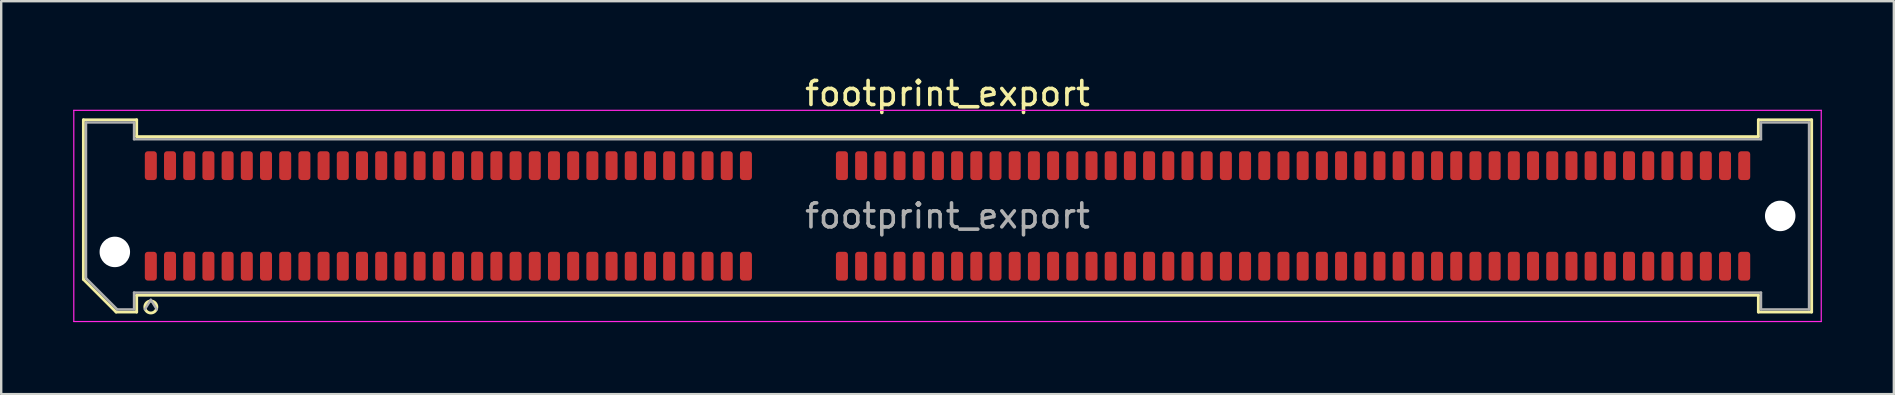
<source format=kicad_pcb>
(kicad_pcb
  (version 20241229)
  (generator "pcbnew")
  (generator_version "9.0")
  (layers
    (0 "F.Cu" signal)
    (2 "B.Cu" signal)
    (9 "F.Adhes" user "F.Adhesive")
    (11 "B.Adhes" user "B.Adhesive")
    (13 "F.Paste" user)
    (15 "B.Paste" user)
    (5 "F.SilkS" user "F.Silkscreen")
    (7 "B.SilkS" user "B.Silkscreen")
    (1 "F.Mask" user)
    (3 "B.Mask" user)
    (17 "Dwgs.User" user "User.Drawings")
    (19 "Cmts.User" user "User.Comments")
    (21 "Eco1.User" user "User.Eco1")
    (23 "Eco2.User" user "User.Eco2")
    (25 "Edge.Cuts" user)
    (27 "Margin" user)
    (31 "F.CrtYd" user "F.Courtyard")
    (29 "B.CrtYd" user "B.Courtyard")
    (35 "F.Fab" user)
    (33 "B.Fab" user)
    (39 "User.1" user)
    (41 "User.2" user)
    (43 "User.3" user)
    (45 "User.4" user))
  (footprint "footprint_export"
    (layer "F.Cu")
    (at 36.435 5.948)
    (property "Reference" "footprint_export" (at 0 -5.1 0) (layer "F.SilkS") (effects (font (size 1 1) (thickness 0.15))))
    (attr smd)
    (fp_line (start -36.01 -4.005) (end -33.79 -4.005) (stroke (width 0.12) (type solid)) (layer "F.SilkS"))
    (fp_line (start -36.01 2.641) (end -36.01 -4.005) (stroke (width 0.12) (type solid)) (layer "F.SilkS"))
    (fp_line (start -34.646 4.005) (end -36.01 2.641) (stroke (width 0.12) (type solid)) (layer "F.SilkS"))
    (fp_line (start -33.79 -4.005) (end -33.79 -3.305) (stroke (width 0.12) (type solid)) (layer "F.SilkS"))
    (fp_line (start -33.79 -3.305) (end 33.79 -3.305) (stroke (width 0.12) (type solid)) (layer "F.SilkS"))
    (fp_line (start -33.79 3.305) (end -33.79 4.005) (stroke (width 0.12) (type solid)) (layer "F.SilkS"))
    (fp_line (start -33.79 4.005) (end -34.646 4.005) (stroke (width 0.12) (type solid)) (layer "F.SilkS"))
    (fp_line (start 33.79 -4.005) (end 36.01 -4.005) (stroke (width 0.12) (type solid)) (layer "F.SilkS"))
    (fp_line (start 33.79 -3.305) (end 33.79 -4.005) (stroke (width 0.12) (type solid)) (layer "F.SilkS"))
    (fp_line (start 33.79 3.305) (end -33.79 3.305) (stroke (width 0.12) (type solid)) (layer "F.SilkS"))
    (fp_line (start 33.79 4.005) (end 33.79 3.305) (stroke (width 0.12) (type solid)) (layer "F.SilkS"))
    (fp_line (start 36.01 -4.005) (end 36.01 4.005) (stroke (width 0.12) (type solid)) (layer "F.SilkS"))
    (fp_line (start 36.01 4.005) (end 33.79 4.005) (stroke (width 0.12) (type solid)) (layer "F.SilkS"))
    (fp_arc (start -32.95 3.795) (mid -33.45 3.795) (end -32.95 3.795) (stroke (width 0.12) (type solid)) (layer "F.SilkS"))
    (fp_line (start -36.41 -4.4) (end -36.41 4.4) (stroke (width 0.05) (type solid)) (layer "F.CrtYd"))
    (fp_line (start -36.41 4.4) (end 36.41 4.4) (stroke (width 0.05) (type solid)) (layer "F.CrtYd"))
    (fp_line (start 36.41 -4.4) (end -36.41 -4.4) (stroke (width 0.05) (type solid)) (layer "F.CrtYd"))
    (fp_line (start 36.41 4.4) (end 36.41 -4.4) (stroke (width 0.05) (type solid)) (layer "F.CrtYd"))
    (fp_line (start -35.9 -3.895) (end -33.9 -3.895) (stroke (width 0.1) (type solid)) (layer "F.Fab"))
    (fp_line (start -35.9 2.595) (end -35.9 -3.895) (stroke (width 0.1) (type solid)) (layer "F.Fab"))
    (fp_line (start -34.6 3.895) (end -35.9 2.595) (stroke (width 0.1) (type solid)) (layer "F.Fab"))
    (fp_line (start -33.9 -3.895) (end -33.9 -3.195) (stroke (width 0.1) (type solid)) (layer "F.Fab"))
    (fp_line (start -33.9 -3.195) (end 33.9 -3.195) (stroke (width 0.1) (type solid)) (layer "F.Fab"))
    (fp_line (start -33.9 3.195) (end -33.9 3.895) (stroke (width 0.1) (type solid)) (layer "F.Fab"))
    (fp_line (start -33.9 3.895) (end -34.6 3.895) (stroke (width 0.1) (type solid)) (layer "F.Fab"))
    (fp_line (start -33.2 3.495) (end -33.45 3.895) (stroke (width 0.1) (type solid)) (layer "F.Fab"))
    (fp_line (start -33.2 3.495) (end -32.95 3.895) (stroke (width 0.1) (type solid)) (layer "F.Fab"))
    (fp_line (start 33.9 -3.895) (end 35.9 -3.895) (stroke (width 0.1) (type solid)) (layer "F.Fab"))
    (fp_line (start 33.9 -3.195) (end 33.9 -3.895) (stroke (width 0.1) (type solid)) (layer "F.Fab"))
    (fp_line (start 33.9 3.195) (end -33.9 3.195) (stroke (width 0.1) (type solid)) (layer "F.Fab"))
    (fp_line (start 33.9 3.895) (end 33.9 3.195) (stroke (width 0.1) (type solid)) (layer "F.Fab"))
    (fp_line (start 35.9 -3.895) (end 35.9 3.895) (stroke (width 0.1) (type solid)) (layer "F.Fab"))
    (fp_line (start 35.9 3.895) (end 33.9 3.895) (stroke (width 0.1) (type solid)) (layer "F.Fab"))
    (fp_text user "${REFERENCE}" (at 0 0 0) (layer "F.Fab") (effects (font (size 1 1) (thickness 0.15))))
    (pad "" np_thru_hole circle (at -34.7 1.5) (size 1.27 1.27) (drill 1.27) (layers "*.Cu" "*.Mask"))
    (pad "" np_thru_hole circle (at 34.7 0) (size 1.27 1.27) (drill 1.27) (layers "*.Cu" "*.Mask"))
    (pad "1" smd roundrect (at -33.2 2.095) (size 0.5 1.2) (layers "F.Cu" "F.Mask" "F.Paste") (roundrect_rratio 0.25))
    (pad "2" smd roundrect (at -33.2 -2.095) (size 0.5 1.2) (layers "F.Cu" "F.Mask" "F.Paste") (roundrect_rratio 0.25))
    (pad "3" smd roundrect (at -32.4 2.095) (size 0.5 1.2) (layers "F.Cu" "F.Mask" "F.Paste") (roundrect_rratio 0.25))
    (pad "4" smd roundrect (at -32.4 -2.095) (size 0.5 1.2) (layers "F.Cu" "F.Mask" "F.Paste") (roundrect_rratio 0.25))
    (pad "5" smd roundrect (at -31.6 2.095) (size 0.5 1.2) (layers "F.Cu" "F.Mask" "F.Paste") (roundrect_rratio 0.25))
    (pad "6" smd roundrect (at -31.6 -2.095) (size 0.5 1.2) (layers "F.Cu" "F.Mask" "F.Paste") (roundrect_rratio 0.25))
    (pad "7" smd roundrect (at -30.8 2.095) (size 0.5 1.2) (layers "F.Cu" "F.Mask" "F.Paste") (roundrect_rratio 0.25))
    (pad "8" smd roundrect (at -30.8 -2.095) (size 0.5 1.2) (layers "F.Cu" "F.Mask" "F.Paste") (roundrect_rratio 0.25))
    (pad "9" smd roundrect (at -30 2.095) (size 0.5 1.2) (layers "F.Cu" "F.Mask" "F.Paste") (roundrect_rratio 0.25))
    (pad "10" smd roundrect (at -30 -2.095) (size 0.5 1.2) (layers "F.Cu" "F.Mask" "F.Paste") (roundrect_rratio 0.25))
    (pad "11" smd roundrect (at -29.2 2.095) (size 0.5 1.2) (layers "F.Cu" "F.Mask" "F.Paste") (roundrect_rratio 0.25))
    (pad "12" smd roundrect (at -29.2 -2.095) (size 0.5 1.2) (layers "F.Cu" "F.Mask" "F.Paste") (roundrect_rratio 0.25))
    (pad "13" smd roundrect (at -28.4 2.095) (size 0.5 1.2) (layers "F.Cu" "F.Mask" "F.Paste") (roundrect_rratio 0.25))
    (pad "14" smd roundrect (at -28.4 -2.095) (size 0.5 1.2) (layers "F.Cu" "F.Mask" "F.Paste") (roundrect_rratio 0.25))
    (pad "15" smd roundrect (at -27.6 2.095) (size 0.5 1.2) (layers "F.Cu" "F.Mask" "F.Paste") (roundrect_rratio 0.25))
    (pad "16" smd roundrect (at -27.6 -2.095) (size 0.5 1.2) (layers "F.Cu" "F.Mask" "F.Paste") (roundrect_rratio 0.25))
    (pad "17" smd roundrect (at -26.8 2.095) (size 0.5 1.2) (layers "F.Cu" "F.Mask" "F.Paste") (roundrect_rratio 0.25))
    (pad "18" smd roundrect (at -26.8 -2.095) (size 0.5 1.2) (layers "F.Cu" "F.Mask" "F.Paste") (roundrect_rratio 0.25))
    (pad "19" smd roundrect (at -26 2.095) (size 0.5 1.2) (layers "F.Cu" "F.Mask" "F.Paste") (roundrect_rratio 0.25))
    (pad "20" smd roundrect (at -26 -2.095) (size 0.5 1.2) (layers "F.Cu" "F.Mask" "F.Paste") (roundrect_rratio 0.25))
    (pad "21" smd roundrect (at -25.2 2.095) (size 0.5 1.2) (layers "F.Cu" "F.Mask" "F.Paste") (roundrect_rratio 0.25))
    (pad "22" smd roundrect (at -25.2 -2.095) (size 0.5 1.2) (layers "F.Cu" "F.Mask" "F.Paste") (roundrect_rratio 0.25))
    (pad "23" smd roundrect (at -24.4 2.095) (size 0.5 1.2) (layers "F.Cu" "F.Mask" "F.Paste") (roundrect_rratio 0.25))
    (pad "24" smd roundrect (at -24.4 -2.095) (size 0.5 1.2) (layers "F.Cu" "F.Mask" "F.Paste") (roundrect_rratio 0.25))
    (pad "25" smd roundrect (at -23.6 2.095) (size 0.5 1.2) (layers "F.Cu" "F.Mask" "F.Paste") (roundrect_rratio 0.25))
    (pad "26" smd roundrect (at -23.6 -2.095) (size 0.5 1.2) (layers "F.Cu" "F.Mask" "F.Paste") (roundrect_rratio 0.25))
    (pad "27" smd roundrect (at -22.8 2.095) (size 0.5 1.2) (layers "F.Cu" "F.Mask" "F.Paste") (roundrect_rratio 0.25))
    (pad "28" smd roundrect (at -22.8 -2.095) (size 0.5 1.2) (layers "F.Cu" "F.Mask" "F.Paste") (roundrect_rratio 0.25))
    (pad "29" smd roundrect (at -22 2.095) (size 0.5 1.2) (layers "F.Cu" "F.Mask" "F.Paste") (roundrect_rratio 0.25))
    (pad "30" smd roundrect (at -22 -2.095) (size 0.5 1.2) (layers "F.Cu" "F.Mask" "F.Paste") (roundrect_rratio 0.25))
    (pad "31" smd roundrect (at -21.2 2.095) (size 0.5 1.2) (layers "F.Cu" "F.Mask" "F.Paste") (roundrect_rratio 0.25))
    (pad "32" smd roundrect (at -21.2 -2.095) (size 0.5 1.2) (layers "F.Cu" "F.Mask" "F.Paste") (roundrect_rratio 0.25))
    (pad "33" smd roundrect (at -20.4 2.095) (size 0.5 1.2) (layers "F.Cu" "F.Mask" "F.Paste") (roundrect_rratio 0.25))
    (pad "34" smd roundrect (at -20.4 -2.095) (size 0.5 1.2) (layers "F.Cu" "F.Mask" "F.Paste") (roundrect_rratio 0.25))
    (pad "35" smd roundrect (at -19.6 2.095) (size 0.5 1.2) (layers "F.Cu" "F.Mask" "F.Paste") (roundrect_rratio 0.25))
    (pad "36" smd roundrect (at -19.6 -2.095) (size 0.5 1.2) (layers "F.Cu" "F.Mask" "F.Paste") (roundrect_rratio 0.25))
    (pad "37" smd roundrect (at -18.8 2.095) (size 0.5 1.2) (layers "F.Cu" "F.Mask" "F.Paste") (roundrect_rratio 0.25))
    (pad "38" smd roundrect (at -18.8 -2.095) (size 0.5 1.2) (layers "F.Cu" "F.Mask" "F.Paste") (roundrect_rratio 0.25))
    (pad "39" smd roundrect (at -18 2.095) (size 0.5 1.2) (layers "F.Cu" "F.Mask" "F.Paste") (roundrect_rratio 0.25))
    (pad "40" smd roundrect (at -18 -2.095) (size 0.5 1.2) (layers "F.Cu" "F.Mask" "F.Paste") (roundrect_rratio 0.25))
    (pad "41" smd roundrect (at -17.2 2.095) (size 0.5 1.2) (layers "F.Cu" "F.Mask" "F.Paste") (roundrect_rratio 0.25))
    (pad "42" smd roundrect (at -17.2 -2.095) (size 0.5 1.2) (layers "F.Cu" "F.Mask" "F.Paste") (roundrect_rratio 0.25))
    (pad "43" smd roundrect (at -16.4 2.095) (size 0.5 1.2) (layers "F.Cu" "F.Mask" "F.Paste") (roundrect_rratio 0.25))
    (pad "44" smd roundrect (at -16.4 -2.095) (size 0.5 1.2) (layers "F.Cu" "F.Mask" "F.Paste") (roundrect_rratio 0.25))
    (pad "45" smd roundrect (at -15.6 2.095) (size 0.5 1.2) (layers "F.Cu" "F.Mask" "F.Paste") (roundrect_rratio 0.25))
    (pad "46" smd roundrect (at -15.6 -2.095) (size 0.5 1.2) (layers "F.Cu" "F.Mask" "F.Paste") (roundrect_rratio 0.25))
    (pad "47" smd roundrect (at -14.8 2.095) (size 0.5 1.2) (layers "F.Cu" "F.Mask" "F.Paste") (roundrect_rratio 0.25))
    (pad "48" smd roundrect (at -14.8 -2.095) (size 0.5 1.2) (layers "F.Cu" "F.Mask" "F.Paste") (roundrect_rratio 0.25))
    (pad "49" smd roundrect (at -14 2.095) (size 0.5 1.2) (layers "F.Cu" "F.Mask" "F.Paste") (roundrect_rratio 0.25))
    (pad "50" smd roundrect (at -14 -2.095) (size 0.5 1.2) (layers "F.Cu" "F.Mask" "F.Paste") (roundrect_rratio 0.25))
    (pad "51" smd roundrect (at -13.2 2.095) (size 0.5 1.2) (layers "F.Cu" "F.Mask" "F.Paste") (roundrect_rratio 0.25))
    (pad "52" smd roundrect (at -13.2 -2.095) (size 0.5 1.2) (layers "F.Cu" "F.Mask" "F.Paste") (roundrect_rratio 0.25))
    (pad "53" smd roundrect (at -12.4 2.095) (size 0.5 1.2) (layers "F.Cu" "F.Mask" "F.Paste") (roundrect_rratio 0.25))
    (pad "54" smd roundrect (at -12.4 -2.095) (size 0.5 1.2) (layers "F.Cu" "F.Mask" "F.Paste") (roundrect_rratio 0.25))
    (pad "55" smd roundrect (at -11.6 2.095) (size 0.5 1.2) (layers "F.Cu" "F.Mask" "F.Paste") (roundrect_rratio 0.25))
    (pad "56" smd roundrect (at -11.6 -2.095) (size 0.5 1.2) (layers "F.Cu" "F.Mask" "F.Paste") (roundrect_rratio 0.25))
    (pad "57" smd roundrect (at -10.8 2.095) (size 0.5 1.2) (layers "F.Cu" "F.Mask" "F.Paste") (roundrect_rratio 0.25))
    (pad "58" smd roundrect (at -10.8 -2.095) (size 0.5 1.2) (layers "F.Cu" "F.Mask" "F.Paste") (roundrect_rratio 0.25))
    (pad "59" smd roundrect (at -10 2.095) (size 0.5 1.2) (layers "F.Cu" "F.Mask" "F.Paste") (roundrect_rratio 0.25))
    (pad "60" smd roundrect (at -10 -2.095) (size 0.5 1.2) (layers "F.Cu" "F.Mask" "F.Paste") (roundrect_rratio 0.25))
    (pad "61" smd roundrect (at -9.2 2.095) (size 0.5 1.2) (layers "F.Cu" "F.Mask" "F.Paste") (roundrect_rratio 0.25))
    (pad "62" smd roundrect (at -9.2 -2.095) (size 0.5 1.2) (layers "F.Cu" "F.Mask" "F.Paste") (roundrect_rratio 0.25))
    (pad "63" smd roundrect (at -8.4 2.095) (size 0.5 1.2) (layers "F.Cu" "F.Mask" "F.Paste") (roundrect_rratio 0.25))
    (pad "64" smd roundrect (at -8.4 -2.095) (size 0.5 1.2) (layers "F.Cu" "F.Mask" "F.Paste") (roundrect_rratio 0.25))
    (pad "65" smd roundrect (at -4.4 2.095) (size 0.5 1.2) (layers "F.Cu" "F.Mask" "F.Paste") (roundrect_rratio 0.25))
    (pad "66" smd roundrect (at -4.4 -2.095) (size 0.5 1.2) (layers "F.Cu" "F.Mask" "F.Paste") (roundrect_rratio 0.25))
    (pad "67" smd roundrect (at -3.6 2.095) (size 0.5 1.2) (layers "F.Cu" "F.Mask" "F.Paste") (roundrect_rratio 0.25))
    (pad "68" smd roundrect (at -3.6 -2.095) (size 0.5 1.2) (layers "F.Cu" "F.Mask" "F.Paste") (roundrect_rratio 0.25))
    (pad "69" smd roundrect (at -2.8 2.095) (size 0.5 1.2) (layers "F.Cu" "F.Mask" "F.Paste") (roundrect_rratio 0.25))
    (pad "70" smd roundrect (at -2.8 -2.095) (size 0.5 1.2) (layers "F.Cu" "F.Mask" "F.Paste") (roundrect_rratio 0.25))
    (pad "71" smd roundrect (at -2 2.095) (size 0.5 1.2) (layers "F.Cu" "F.Mask" "F.Paste") (roundrect_rratio 0.25))
    (pad "72" smd roundrect (at -2 -2.095) (size 0.5 1.2) (layers "F.Cu" "F.Mask" "F.Paste") (roundrect_rratio 0.25))
    (pad "73" smd roundrect (at -1.2 2.095) (size 0.5 1.2) (layers "F.Cu" "F.Mask" "F.Paste") (roundrect_rratio 0.25))
    (pad "74" smd roundrect (at -1.2 -2.095) (size 0.5 1.2) (layers "F.Cu" "F.Mask" "F.Paste") (roundrect_rratio 0.25))
    (pad "75" smd roundrect (at -0.4 2.095) (size 0.5 1.2) (layers "F.Cu" "F.Mask" "F.Paste") (roundrect_rratio 0.25))
    (pad "76" smd roundrect (at -0.4 -2.095) (size 0.5 1.2) (layers "F.Cu" "F.Mask" "F.Paste") (roundrect_rratio 0.25))
    (pad "77" smd roundrect (at 0.4 2.095) (size 0.5 1.2) (layers "F.Cu" "F.Mask" "F.Paste") (roundrect_rratio 0.25))
    (pad "78" smd roundrect (at 0.4 -2.095) (size 0.5 1.2) (layers "F.Cu" "F.Mask" "F.Paste") (roundrect_rratio 0.25))
    (pad "79" smd roundrect (at 1.2 2.095) (size 0.5 1.2) (layers "F.Cu" "F.Mask" "F.Paste") (roundrect_rratio 0.25))
    (pad "80" smd roundrect (at 1.2 -2.095) (size 0.5 1.2) (layers "F.Cu" "F.Mask" "F.Paste") (roundrect_rratio 0.25))
    (pad "81" smd roundrect (at 2 2.095) (size 0.5 1.2) (layers "F.Cu" "F.Mask" "F.Paste") (roundrect_rratio 0.25))
    (pad "82" smd roundrect (at 2 -2.095) (size 0.5 1.2) (layers "F.Cu" "F.Mask" "F.Paste") (roundrect_rratio 0.25))
    (pad "83" smd roundrect (at 2.8 2.095) (size 0.5 1.2) (layers "F.Cu" "F.Mask" "F.Paste") (roundrect_rratio 0.25))
    (pad "84" smd roundrect (at 2.8 -2.095) (size 0.5 1.2) (layers "F.Cu" "F.Mask" "F.Paste") (roundrect_rratio 0.25))
    (pad "85" smd roundrect (at 3.6 2.095) (size 0.5 1.2) (layers "F.Cu" "F.Mask" "F.Paste") (roundrect_rratio 0.25))
    (pad "86" smd roundrect (at 3.6 -2.095) (size 0.5 1.2) (layers "F.Cu" "F.Mask" "F.Paste") (roundrect_rratio 0.25))
    (pad "87" smd roundrect (at 4.4 2.095) (size 0.5 1.2) (layers "F.Cu" "F.Mask" "F.Paste") (roundrect_rratio 0.25))
    (pad "88" smd roundrect (at 4.4 -2.095) (size 0.5 1.2) (layers "F.Cu" "F.Mask" "F.Paste") (roundrect_rratio 0.25))
    (pad "89" smd roundrect (at 5.2 2.095) (size 0.5 1.2) (layers "F.Cu" "F.Mask" "F.Paste") (roundrect_rratio 0.25))
    (pad "90" smd roundrect (at 5.2 -2.095) (size 0.5 1.2) (layers "F.Cu" "F.Mask" "F.Paste") (roundrect_rratio 0.25))
    (pad "91" smd roundrect (at 6 2.095) (size 0.5 1.2) (layers "F.Cu" "F.Mask" "F.Paste") (roundrect_rratio 0.25))
    (pad "92" smd roundrect (at 6 -2.095) (size 0.5 1.2) (layers "F.Cu" "F.Mask" "F.Paste") (roundrect_rratio 0.25))
    (pad "93" smd roundrect (at 6.8 2.095) (size 0.5 1.2) (layers "F.Cu" "F.Mask" "F.Paste") (roundrect_rratio 0.25))
    (pad "94" smd roundrect (at 6.8 -2.095) (size 0.5 1.2) (layers "F.Cu" "F.Mask" "F.Paste") (roundrect_rratio 0.25))
    (pad "95" smd roundrect (at 7.6 2.095) (size 0.5 1.2) (layers "F.Cu" "F.Mask" "F.Paste") (roundrect_rratio 0.25))
    (pad "96" smd roundrect (at 7.6 -2.095) (size 0.5 1.2) (layers "F.Cu" "F.Mask" "F.Paste") (roundrect_rratio 0.25))
    (pad "97" smd roundrect (at 8.4 2.095) (size 0.5 1.2) (layers "F.Cu" "F.Mask" "F.Paste") (roundrect_rratio 0.25))
    (pad "98" smd roundrect (at 8.4 -2.095) (size 0.5 1.2) (layers "F.Cu" "F.Mask" "F.Paste") (roundrect_rratio 0.25))
    (pad "99" smd roundrect (at 9.2 2.095) (size 0.5 1.2) (layers "F.Cu" "F.Mask" "F.Paste") (roundrect_rratio 0.25))
    (pad "100" smd roundrect (at 9.2 -2.095) (size 0.5 1.2) (layers "F.Cu" "F.Mask" "F.Paste") (roundrect_rratio 0.25))
    (pad "101" smd roundrect (at 10 2.095) (size 0.5 1.2) (layers "F.Cu" "F.Mask" "F.Paste") (roundrect_rratio 0.25))
    (pad "102" smd roundrect (at 10 -2.095) (size 0.5 1.2) (layers "F.Cu" "F.Mask" "F.Paste") (roundrect_rratio 0.25))
    (pad "103" smd roundrect (at 10.8 2.095) (size 0.5 1.2) (layers "F.Cu" "F.Mask" "F.Paste") (roundrect_rratio 0.25))
    (pad "104" smd roundrect (at 10.8 -2.095) (size 0.5 1.2) (layers "F.Cu" "F.Mask" "F.Paste") (roundrect_rratio 0.25))
    (pad "105" smd roundrect (at 11.6 2.095) (size 0.5 1.2) (layers "F.Cu" "F.Mask" "F.Paste") (roundrect_rratio 0.25))
    (pad "106" smd roundrect (at 11.6 -2.095) (size 0.5 1.2) (layers "F.Cu" "F.Mask" "F.Paste") (roundrect_rratio 0.25))
    (pad "107" smd roundrect (at 12.4 2.095) (size 0.5 1.2) (layers "F.Cu" "F.Mask" "F.Paste") (roundrect_rratio 0.25))
    (pad "108" smd roundrect (at 12.4 -2.095) (size 0.5 1.2) (layers "F.Cu" "F.Mask" "F.Paste") (roundrect_rratio 0.25))
    (pad "109" smd roundrect (at 13.2 2.095) (size 0.5 1.2) (layers "F.Cu" "F.Mask" "F.Paste") (roundrect_rratio 0.25))
    (pad "110" smd roundrect (at 13.2 -2.095) (size 0.5 1.2) (layers "F.Cu" "F.Mask" "F.Paste") (roundrect_rratio 0.25))
    (pad "111" smd roundrect (at 14 2.095) (size 0.5 1.2) (layers "F.Cu" "F.Mask" "F.Paste") (roundrect_rratio 0.25))
    (pad "112" smd roundrect (at 14 -2.095) (size 0.5 1.2) (layers "F.Cu" "F.Mask" "F.Paste") (roundrect_rratio 0.25))
    (pad "113" smd roundrect (at 14.8 2.095) (size 0.5 1.2) (layers "F.Cu" "F.Mask" "F.Paste") (roundrect_rratio 0.25))
    (pad "114" smd roundrect (at 14.8 -2.095) (size 0.5 1.2) (layers "F.Cu" "F.Mask" "F.Paste") (roundrect_rratio 0.25))
    (pad "115" smd roundrect (at 15.6 2.095) (size 0.5 1.2) (layers "F.Cu" "F.Mask" "F.Paste") (roundrect_rratio 0.25))
    (pad "116" smd roundrect (at 15.6 -2.095) (size 0.5 1.2) (layers "F.Cu" "F.Mask" "F.Paste") (roundrect_rratio 0.25))
    (pad "117" smd roundrect (at 16.4 2.095) (size 0.5 1.2) (layers "F.Cu" "F.Mask" "F.Paste") (roundrect_rratio 0.25))
    (pad "118" smd roundrect (at 16.4 -2.095) (size 0.5 1.2) (layers "F.Cu" "F.Mask" "F.Paste") (roundrect_rratio 0.25))
    (pad "119" smd roundrect (at 17.2 2.095) (size 0.5 1.2) (layers "F.Cu" "F.Mask" "F.Paste") (roundrect_rratio 0.25))
    (pad "120" smd roundrect (at 17.2 -2.095) (size 0.5 1.2) (layers "F.Cu" "F.Mask" "F.Paste") (roundrect_rratio 0.25))
    (pad "121" smd roundrect (at 18 2.095) (size 0.5 1.2) (layers "F.Cu" "F.Mask" "F.Paste") (roundrect_rratio 0.25))
    (pad "122" smd roundrect (at 18 -2.095) (size 0.5 1.2) (layers "F.Cu" "F.Mask" "F.Paste") (roundrect_rratio 0.25))
    (pad "123" smd roundrect (at 18.8 2.095) (size 0.5 1.2) (layers "F.Cu" "F.Mask" "F.Paste") (roundrect_rratio 0.25))
    (pad "124" smd roundrect (at 18.8 -2.095) (size 0.5 1.2) (layers "F.Cu" "F.Mask" "F.Paste") (roundrect_rratio 0.25))
    (pad "125" smd roundrect (at 19.6 2.095) (size 0.5 1.2) (layers "F.Cu" "F.Mask" "F.Paste") (roundrect_rratio 0.25))
    (pad "126" smd roundrect (at 19.6 -2.095) (size 0.5 1.2) (layers "F.Cu" "F.Mask" "F.Paste") (roundrect_rratio 0.25))
    (pad "127" smd roundrect (at 20.4 2.095) (size 0.5 1.2) (layers "F.Cu" "F.Mask" "F.Paste") (roundrect_rratio 0.25))
    (pad "128" smd roundrect (at 20.4 -2.095) (size 0.5 1.2) (layers "F.Cu" "F.Mask" "F.Paste") (roundrect_rratio 0.25))
    (pad "129" smd roundrect (at 21.2 2.095) (size 0.5 1.2) (layers "F.Cu" "F.Mask" "F.Paste") (roundrect_rratio 0.25))
    (pad "130" smd roundrect (at 21.2 -2.095) (size 0.5 1.2) (layers "F.Cu" "F.Mask" "F.Paste") (roundrect_rratio 0.25))
    (pad "131" smd roundrect (at 22 2.095) (size 0.5 1.2) (layers "F.Cu" "F.Mask" "F.Paste") (roundrect_rratio 0.25))
    (pad "132" smd roundrect (at 22 -2.095) (size 0.5 1.2) (layers "F.Cu" "F.Mask" "F.Paste") (roundrect_rratio 0.25))
    (pad "133" smd roundrect (at 22.8 2.095) (size 0.5 1.2) (layers "F.Cu" "F.Mask" "F.Paste") (roundrect_rratio 0.25))
    (pad "134" smd roundrect (at 22.8 -2.095) (size 0.5 1.2) (layers "F.Cu" "F.Mask" "F.Paste") (roundrect_rratio 0.25))
    (pad "135" smd roundrect (at 23.6 2.095) (size 0.5 1.2) (layers "F.Cu" "F.Mask" "F.Paste") (roundrect_rratio 0.25))
    (pad "136" smd roundrect (at 23.6 -2.095) (size 0.5 1.2) (layers "F.Cu" "F.Mask" "F.Paste") (roundrect_rratio 0.25))
    (pad "137" smd roundrect (at 24.4 2.095) (size 0.5 1.2) (layers "F.Cu" "F.Mask" "F.Paste") (roundrect_rratio 0.25))
    (pad "138" smd roundrect (at 24.4 -2.095) (size 0.5 1.2) (layers "F.Cu" "F.Mask" "F.Paste") (roundrect_rratio 0.25))
    (pad "139" smd roundrect (at 25.2 2.095) (size 0.5 1.2) (layers "F.Cu" "F.Mask" "F.Paste") (roundrect_rratio 0.25))
    (pad "140" smd roundrect (at 25.2 -2.095) (size 0.5 1.2) (layers "F.Cu" "F.Mask" "F.Paste") (roundrect_rratio 0.25))
    (pad "141" smd roundrect (at 26 2.095) (size 0.5 1.2) (layers "F.Cu" "F.Mask" "F.Paste") (roundrect_rratio 0.25))
    (pad "142" smd roundrect (at 26 -2.095) (size 0.5 1.2) (layers "F.Cu" "F.Mask" "F.Paste") (roundrect_rratio 0.25))
    (pad "143" smd roundrect (at 26.8 2.095) (size 0.5 1.2) (layers "F.Cu" "F.Mask" "F.Paste") (roundrect_rratio 0.25))
    (pad "144" smd roundrect (at 26.8 -2.095) (size 0.5 1.2) (layers "F.Cu" "F.Mask" "F.Paste") (roundrect_rratio 0.25))
    (pad "145" smd roundrect (at 27.6 2.095) (size 0.5 1.2) (layers "F.Cu" "F.Mask" "F.Paste") (roundrect_rratio 0.25))
    (pad "146" smd roundrect (at 27.6 -2.095) (size 0.5 1.2) (layers "F.Cu" "F.Mask" "F.Paste") (roundrect_rratio 0.25))
    (pad "147" smd roundrect (at 28.4 2.095) (size 0.5 1.2) (layers "F.Cu" "F.Mask" "F.Paste") (roundrect_rratio 0.25))
    (pad "148" smd roundrect (at 28.4 -2.095) (size 0.5 1.2) (layers "F.Cu" "F.Mask" "F.Paste") (roundrect_rratio 0.25))
    (pad "149" smd roundrect (at 29.2 2.095) (size 0.5 1.2) (layers "F.Cu" "F.Mask" "F.Paste") (roundrect_rratio 0.25))
    (pad "150" smd roundrect (at 29.2 -2.095) (size 0.5 1.2) (layers "F.Cu" "F.Mask" "F.Paste") (roundrect_rratio 0.25))
    (pad "151" smd roundrect (at 30 2.095) (size 0.5 1.2) (layers "F.Cu" "F.Mask" "F.Paste") (roundrect_rratio 0.25))
    (pad "152" smd roundrect (at 30 -2.095) (size 0.5 1.2) (layers "F.Cu" "F.Mask" "F.Paste") (roundrect_rratio 0.25))
    (pad "153" smd roundrect (at 30.8 2.095) (size 0.5 1.2) (layers "F.Cu" "F.Mask" "F.Paste") (roundrect_rratio 0.25))
    (pad "154" smd roundrect (at 30.8 -2.095) (size 0.5 1.2) (layers "F.Cu" "F.Mask" "F.Paste") (roundrect_rratio 0.25))
    (pad "155" smd roundrect (at 31.6 2.095) (size 0.5 1.2) (layers "F.Cu" "F.Mask" "F.Paste") (roundrect_rratio 0.25))
    (pad "156" smd roundrect (at 31.6 -2.095) (size 0.5 1.2) (layers "F.Cu" "F.Mask" "F.Paste") (roundrect_rratio 0.25))
    (pad "157" smd roundrect (at 32.4 2.095) (size 0.5 1.2) (layers "F.Cu" "F.Mask" "F.Paste") (roundrect_rratio 0.25))
    (pad "158" smd roundrect (at 32.4 -2.095) (size 0.5 1.2) (layers "F.Cu" "F.Mask" "F.Paste") (roundrect_rratio 0.25))
    (pad "159" smd roundrect (at 33.2 2.095) (size 0.5 1.2) (layers "F.Cu" "F.Mask" "F.Paste") (roundrect_rratio 0.25))
    (pad "160" smd roundrect (at 33.2 -2.095) (size 0.5 1.2) (layers "F.Cu" "F.Mask" "F.Paste") (roundrect_rratio 0.25)))
  (gr_rect
    (start -3 -3)
    (end 75.87 13.373)
    (stroke (width 0.1) (type default))
    (fill no)
    (layer "Edge.Cuts")))
</source>
